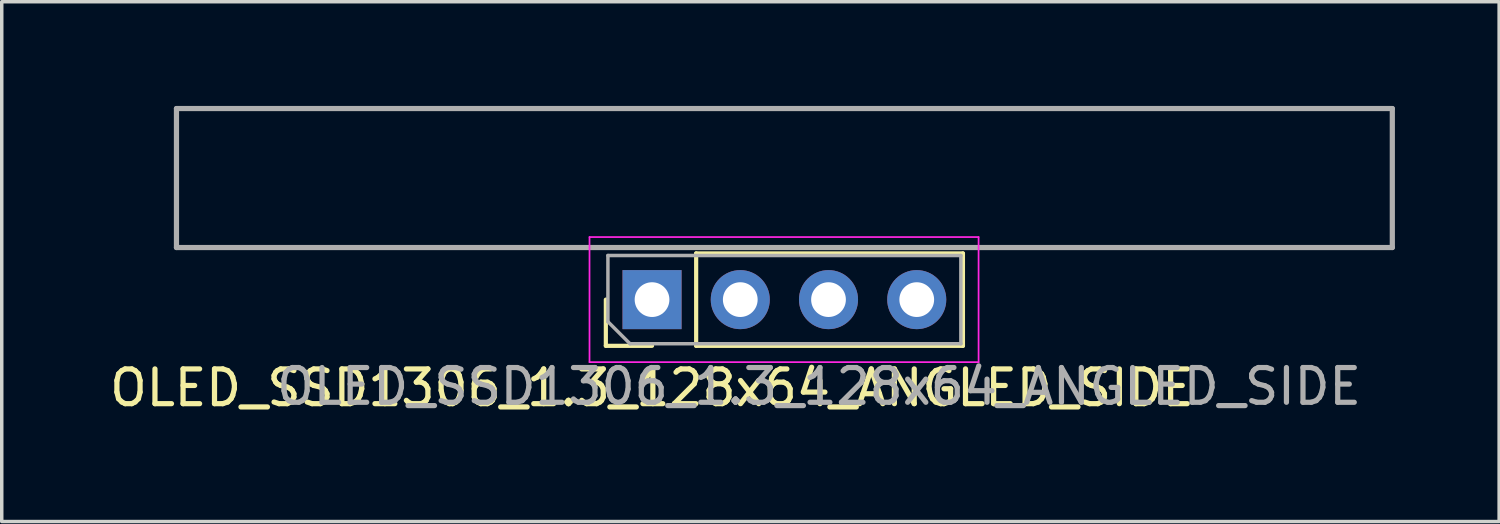
<source format=kicad_pcb>
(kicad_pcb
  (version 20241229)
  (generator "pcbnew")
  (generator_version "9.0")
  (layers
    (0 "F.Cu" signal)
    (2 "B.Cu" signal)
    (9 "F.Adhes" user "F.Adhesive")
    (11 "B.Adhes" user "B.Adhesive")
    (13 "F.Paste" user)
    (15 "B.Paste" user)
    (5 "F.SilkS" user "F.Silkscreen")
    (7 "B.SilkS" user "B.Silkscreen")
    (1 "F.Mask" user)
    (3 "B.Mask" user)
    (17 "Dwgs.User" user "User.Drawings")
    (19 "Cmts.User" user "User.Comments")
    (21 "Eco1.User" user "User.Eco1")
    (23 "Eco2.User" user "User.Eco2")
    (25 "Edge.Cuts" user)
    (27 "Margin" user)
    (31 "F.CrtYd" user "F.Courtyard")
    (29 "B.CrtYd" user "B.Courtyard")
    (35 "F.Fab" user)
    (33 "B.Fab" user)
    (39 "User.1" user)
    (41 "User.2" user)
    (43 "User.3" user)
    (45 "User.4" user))
  (footprint "OLED_SSD1306_1.3_128x64_ANGLED_SIDE"
    (layer "F.Cu")
    (at 19.53 5.575)
    (property "Reference" "OLED_SSD1306_1.3_128x64_ANGLED_SIDE" (at -3.81 2.54 180) (layer "F.SilkS") (effects (font (size 1 1) (thickness 0.15))))
    (attr through_hole)
    (fp_line (start -5.14 1.33) (end -5.14 0) (stroke (width 0.12) (type solid)) (layer "F.SilkS"))
    (fp_line (start -3.81 1.33) (end -5.14 1.33) (stroke (width 0.12) (type solid)) (layer "F.SilkS"))
    (fp_line (start -2.54 -1.33) (end 5.14 -1.33) (stroke (width 0.12) (type solid)) (layer "F.SilkS"))
    (fp_line (start -2.54 1.33) (end -2.54 -1.33) (stroke (width 0.12) (type solid)) (layer "F.SilkS"))
    (fp_line (start -2.54 1.33) (end 5.14 1.33) (stroke (width 0.12) (type solid)) (layer "F.SilkS"))
    (fp_line (start 5.14 1.33) (end 5.14 -1.33) (stroke (width 0.12) (type solid)) (layer "F.SilkS"))
    (fp_line (start -5.61 -1.8) (end -5.61 1.8) (stroke (width 0.05) (type solid)) (layer "F.CrtYd"))
    (fp_line (start -5.61 1.8) (end 5.59 1.8) (stroke (width 0.05) (type solid)) (layer "F.CrtYd"))
    (fp_line (start 5.59 -1.8) (end -5.61 -1.8) (stroke (width 0.05) (type solid)) (layer "F.CrtYd"))
    (fp_line (start 5.59 1.8) (end 5.59 -1.8) (stroke (width 0.05) (type solid)) (layer "F.CrtYd"))
    (fp_line (start -17.5 -5.5) (end 17.5 -5.5) (stroke (width 0.15) (type solid)) (layer "F.Fab"))
    (fp_line (start -17.5 -1.5) (end -17.5 -5.5) (stroke (width 0.15) (type solid)) (layer "F.Fab"))
    (fp_line (start -5.08 -1.27) (end 5.08 -1.27) (stroke (width 0.1) (type solid)) (layer "F.Fab"))
    (fp_line (start -5.08 0.635) (end -5.08 -1.27) (stroke (width 0.1) (type solid)) (layer "F.Fab"))
    (fp_line (start -4.445 1.27) (end -5.08 0.635) (stroke (width 0.1) (type solid)) (layer "F.Fab"))
    (fp_line (start 5.08 -1.27) (end 5.08 1.27) (stroke (width 0.1) (type solid)) (layer "F.Fab"))
    (fp_line (start 5.08 1.27) (end -4.445 1.27) (stroke (width 0.1) (type solid)) (layer "F.Fab"))
    (fp_line (start 17.5 -5.5) (end 17.5 -1.5) (stroke (width 0.15) (type solid)) (layer "F.Fab"))
    (fp_line (start 17.5 -1.5) (end -17.5 -1.5) (stroke (width 0.15) (type solid)) (layer "F.Fab"))
    (fp_text user "${REFERENCE}" (at 1 2.5 180) (layer "F.Fab") (effects (font (size 1 1) (thickness 0.15))))
    (pad "1" thru_hole rect (at -3.81 0 90) (size 1.7 1.7) (drill 1) (layers "*.Cu" "*.Mask"))
    (pad "2" thru_hole oval (at -1.27 0 90) (size 1.7 1.7) (drill 1) (layers "*.Cu" "*.Mask"))
    (pad "3" thru_hole oval (at 1.27 0 90) (size 1.7 1.7) (drill 1) (layers "*.Cu" "*.Mask"))
    (pad "4" thru_hole oval (at 3.81 0 90) (size 1.7 1.7) (drill 1) (layers "*.Cu" "*.Mask")))
  (gr_rect
    (start -3 -3)
    (end 40.105 11.963)
    (stroke (width 0.1) (type default))
    (fill no)
    (layer "Edge.Cuts")))
</source>
